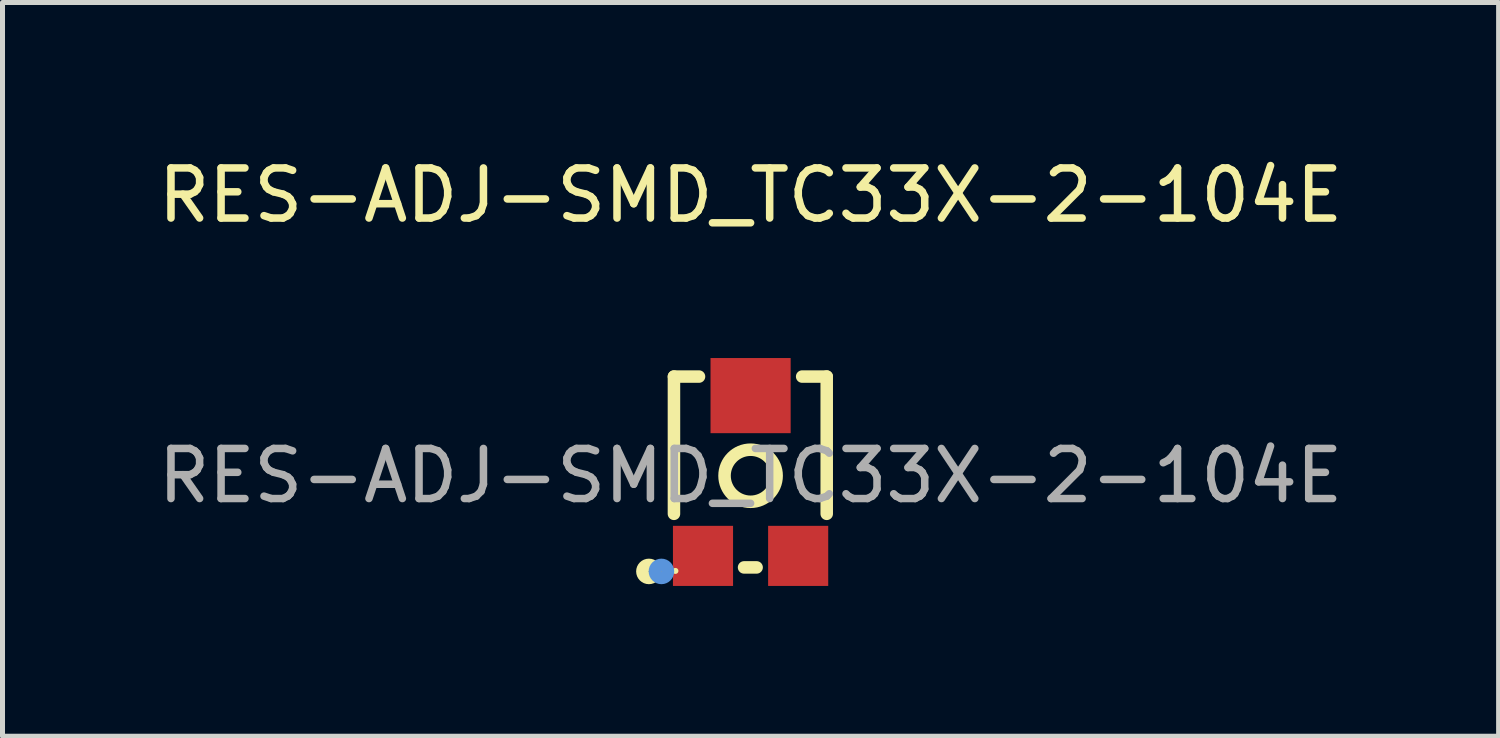
<source format=kicad_pcb>
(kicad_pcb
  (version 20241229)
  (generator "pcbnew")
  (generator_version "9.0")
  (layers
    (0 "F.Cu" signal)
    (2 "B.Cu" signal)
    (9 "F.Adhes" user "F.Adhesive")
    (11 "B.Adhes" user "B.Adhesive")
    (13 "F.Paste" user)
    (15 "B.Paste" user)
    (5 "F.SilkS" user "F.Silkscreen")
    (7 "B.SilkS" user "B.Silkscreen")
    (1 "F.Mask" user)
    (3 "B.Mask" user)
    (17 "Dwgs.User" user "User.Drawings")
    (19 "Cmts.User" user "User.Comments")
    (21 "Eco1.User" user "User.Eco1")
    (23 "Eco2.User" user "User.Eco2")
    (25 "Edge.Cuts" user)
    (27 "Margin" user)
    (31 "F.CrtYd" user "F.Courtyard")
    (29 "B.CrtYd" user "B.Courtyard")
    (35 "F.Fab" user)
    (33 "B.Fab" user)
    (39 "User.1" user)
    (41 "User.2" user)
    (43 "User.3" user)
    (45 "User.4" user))
  (footprint "RES-ADJ-SMD_TC33X-2-104E"
    (layer "F.Cu")
    (at 11.935 6.448)
    (property "Reference" "RES-ADJ-SMD_TC33X-2-104E" (at 0 -5.6 0) (layer "F.SilkS") (effects (font (size 1 1) (thickness 0.15))))
    (attr smd)
    (fp_line (start -1.53 -1.98) (end -1.53 0.76) (stroke (width 0.25) (type solid)) (layer "F.SilkS"))
    (fp_line (start -1.53 -1.98) (end -1.03 -1.98) (stroke (width 0.25) (type solid)) (layer "F.SilkS"))
    (fp_line (start -0.13 1.83) (end 0.12 1.83) (stroke (width 0.25) (type solid)) (layer "F.SilkS"))
    (fp_line (start 1.03 -1.98) (end 1.52 -1.98) (stroke (width 0.25) (type solid)) (layer "F.SilkS"))
    (fp_line (start 1.52 -1.98) (end 1.52 0.76) (stroke (width 0.25) (type solid)) (layer "F.SilkS"))
    (fp_circle (center -2.03 1.91) (end -1.9 1.91) (stroke (width 0.25) (type solid)) (fill no) (layer "F.SilkS"))
    (fp_circle (center -1.5 1.9) (end -1.47 1.9) (stroke (width 0.06) (type solid)) (fill no) (layer "F.SilkS"))
    (fp_circle (center 0 0) (end 0.52 0) (stroke (width 0.25) (type solid)) (fill no) (layer "F.SilkS"))
    (fp_circle (center -1.78 1.91) (end -1.65 1.91) (stroke (width 0.25) (type solid)) (fill no) (layer "Cmts.User"))
    (fp_text user "${REFERENCE}" (at 0 0 0) (layer "F.Fab") (effects (font (size 1 1) (thickness 0.15))))
    (pad "1" smd rect (at -0.95 1.6) (size 1.2 1.2) (layers "F.Cu" "F.Mask" "F.Paste"))
    (pad "2" smd rect (at 0 -1.6) (size 1.6 1.5) (layers "F.Cu" "F.Mask" "F.Paste"))
    (pad "3" smd rect (at 0.95 1.6) (size 1.2 1.2) (layers "F.Cu" "F.Mask" "F.Paste")))
  (gr_rect
    (start -3 -3)
    (end 26.869 11.648)
    (stroke (width 0.1) (type default))
    (fill no)
    (layer "Edge.Cuts")))
</source>
